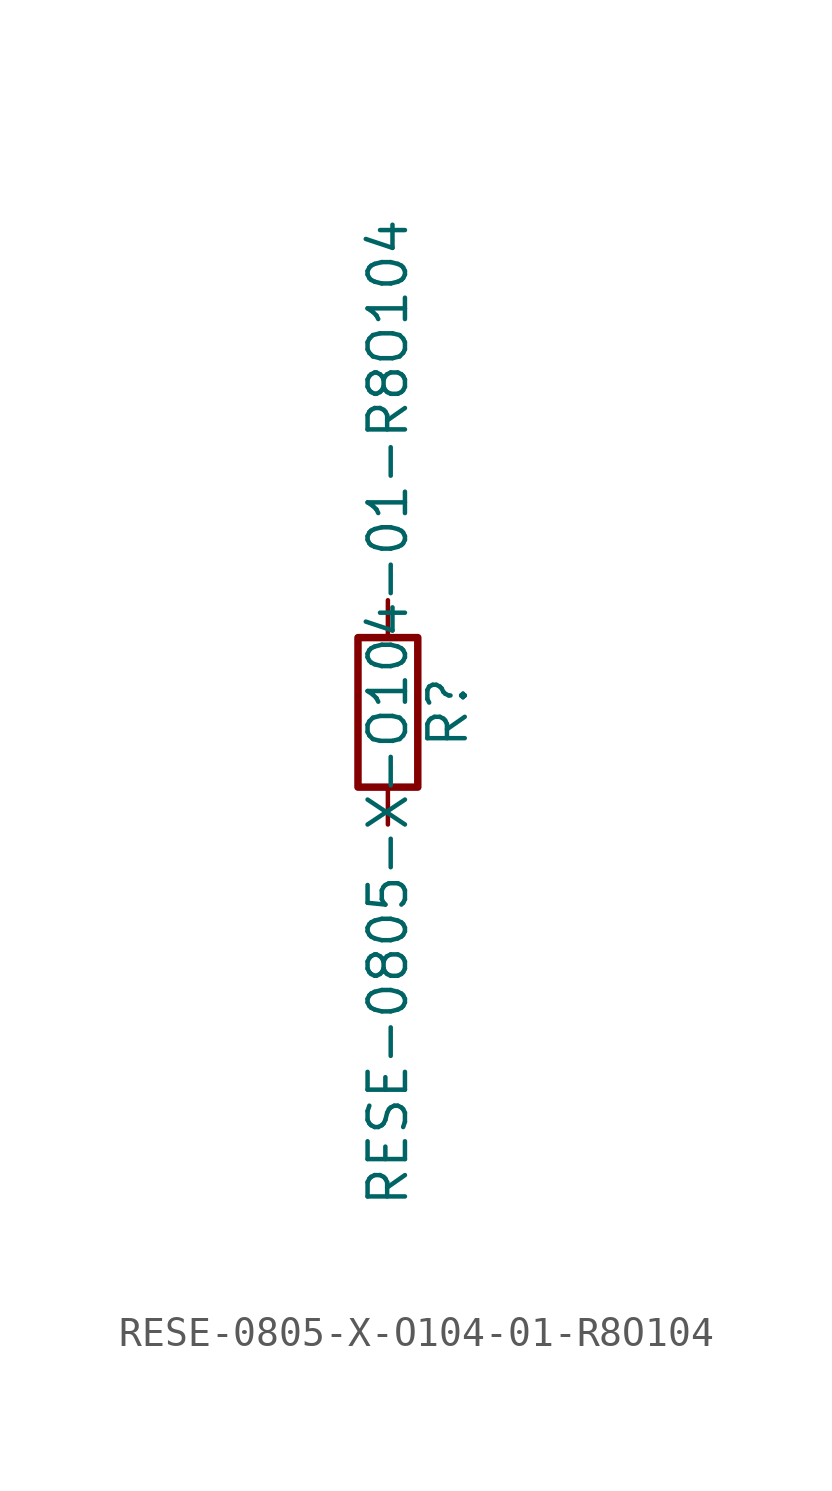
<source format=kicad_sym>
(kicad_symbol_lib
  (version 20211014)
  (generator kicad_symbol_editor)
  (symbol "RESE-0805-X-O104-01-R8O104"
    (pin_numbers hide)
    (pin_names
      (offset 0))
    (property "Reference" "R"
      (at 2.032 0 90)
      (effects (font (size 1.27 1.27))))
    (property "Value" "RESE-0805-X-O104-01-R8O104"
      (at 0 0 90)
      (effects (font (size 1.27 1.27))))
    (symbol "RESE-0805-X-O104-01-R8O104_0_1"
      (rectangle (start -1.016 -2.54) (end 1.016 2.54) (stroke (width 0.254) (type default) (color 0 0 0 0)) (fill (type none))))
    (symbol "RESE-0805-X-O104-01-R8O104_1_1"
      (pin passive line (at 0 3.81 270) (length 1.27) (name "~" (effects (font (size 1.27 1.27)))) (number "1" (effects (font (size 1.27 1.27)))))
      (pin passive line (at 0 -3.81 90) (length 1.27) (name "~" (effects (font (size 1.27 1.27)))) (number "2" (effects (font (size 1.27 1.27))))))))
</source>
